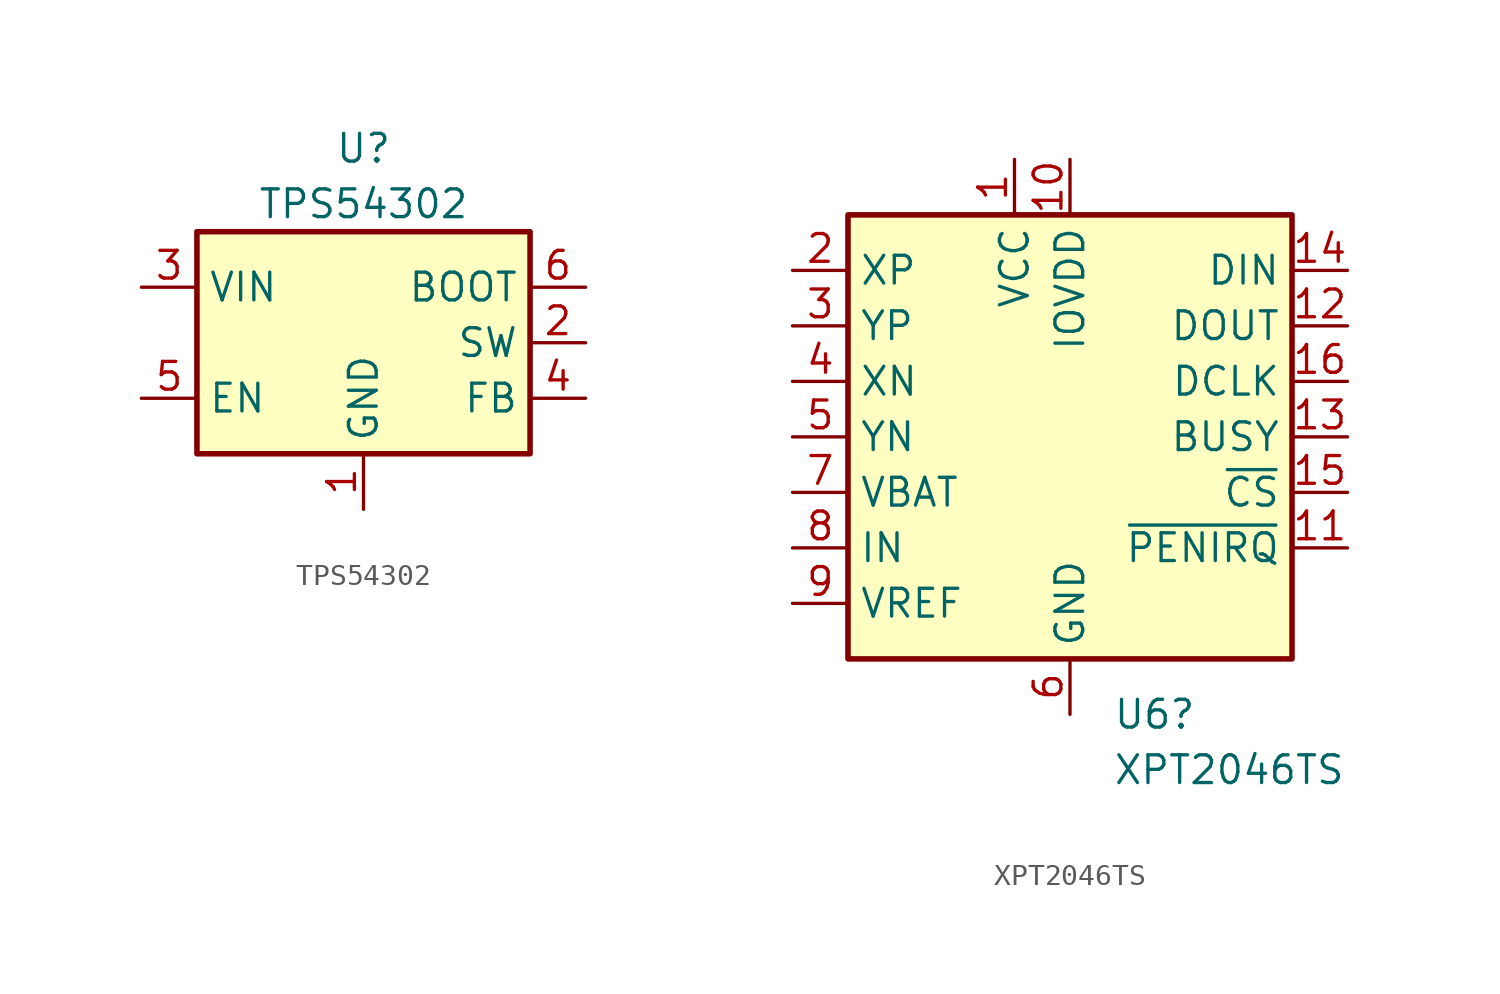
<source format=kicad_sym>
(kicad_symbol_lib
  (version 20220914)
  (generator kicad_symbol_editor)
  (symbol "TPS54302"
    (property "Reference" "U"
      (at 0 8.89 0)
      (effects (font (size 1.27 1.27))))
    (property "Value" "TPS54302"
      (at 0 6.35 0)
      (effects (font (size 1.27 1.27))))
    (symbol "TPS54302_0_1"
      (rectangle (start -7.62 5.08) (end 7.62 -5.08) (stroke (width 0.254) (type default)) (fill (type background))))
    (symbol "TPS54302_1_1"
      (pin power_in line (at 0 -7.62 90) (length 2.54) (name "GND" (effects (font (size 1.27 1.27)))) (number "1" (effects (font (size 1.27 1.27)))))
      (pin power_out line (at 10.16 0 180) (length 2.54) (name "SW" (effects (font (size 1.27 1.27)))) (number "2" (effects (font (size 1.27 1.27)))))
      (pin power_in line (at -10.16 2.54 0) (length 2.54) (name "VIN" (effects (font (size 1.27 1.27)))) (number "3" (effects (font (size 1.27 1.27)))))
      (pin input line (at 10.16 -2.54 180) (length 2.54) (name "FB" (effects (font (size 1.27 1.27)))) (number "4" (effects (font (size 1.27 1.27)))))
      (pin input line (at -10.16 -2.54 0) (length 2.54) (name "EN" (effects (font (size 1.27 1.27)))) (number "5" (effects (font (size 1.27 1.27)))))
      (pin passive line (at 10.16 2.54 180) (length 2.54) (name "BOOT" (effects (font (size 1.27 1.27)))) (number "6" (effects (font (size 1.27 1.27)))))))
  (symbol "XPT2046TS"
    (property "Reference" "U6"
      (at 1.956 -12.7 0)
      (effects (font (size 1.27 1.27)) (justify left)))
    (property "Value" "XPT2046TS"
      (at 1.956 -15.24 0)
      (effects (font (size 1.27 1.27)) (justify left)))
    (property "MLC code" ""
      (at 0 0 0)
      (effects (font (size 1.27 1.27))))
    (property "MPN" ""
      (at 0 0 0)
      (effects (font (size 1.27 1.27))))
    (property "Manufacturer" ""
      (at 0 0 0)
      (effects (font (size 1.27 1.27))))
    (symbol "XPT2046TS_0_1"
      (rectangle (start -10.16 10.16) (end 10.16 -10.16) (stroke (width 0.254) (type default)) (fill (type background))))
    (symbol "XPT2046TS_1_1"
      (pin power_in line (at -2.54 12.7 270) (length 2.54) (name "VCC" (effects (font (size 1.27 1.27)))) (number "1" (effects (font (size 1.27 1.27)))))
      (pin power_in line (at 0 12.7 270) (length 2.54) (name "IOVDD" (effects (font (size 1.27 1.27)))) (number "10" (effects (font (size 1.27 1.27)))))
      (pin open_collector line (at 12.7 -5.08 180) (length 2.54) (name "~{PENIRQ}" (effects (font (size 1.27 1.27)))) (number "11" (effects (font (size 1.27 1.27)))))
      (pin output line (at 12.7 5.08 180) (length 2.54) (name "DOUT" (effects (font (size 1.27 1.27)))) (number "12" (effects (font (size 1.27 1.27)))))
      (pin output line (at 12.7 0 180) (length 2.54) (name "BUSY" (effects (font (size 1.27 1.27)))) (number "13" (effects (font (size 1.27 1.27)))))
      (pin input line (at 12.7 7.62 180) (length 2.54) (name "DIN" (effects (font (size 1.27 1.27)))) (number "14" (effects (font (size 1.27 1.27)))))
      (pin input line (at 12.7 -2.54 180) (length 2.54) (name "~{CS}" (effects (font (size 1.27 1.27)))) (number "15" (effects (font (size 1.27 1.27)))))
      (pin input line (at 12.7 2.54 180) (length 2.54) (name "DCLK" (effects (font (size 1.27 1.27)))) (number "16" (effects (font (size 1.27 1.27)))))
      (pin input line (at -12.7 7.62 0) (length 2.54) (name "XP" (effects (font (size 1.27 1.27)))) (number "2" (effects (font (size 1.27 1.27)))))
      (pin input line (at -12.7 5.08 0) (length 2.54) (name "YP" (effects (font (size 1.27 1.27)))) (number "3" (effects (font (size 1.27 1.27)))))
      (pin input line (at -12.7 2.54 0) (length 2.54) (name "XN" (effects (font (size 1.27 1.27)))) (number "4" (effects (font (size 1.27 1.27)))))
      (pin input line (at -12.7 0 0) (length 2.54) (name "YN" (effects (font (size 1.27 1.27)))) (number "5" (effects (font (size 1.27 1.27)))))
      (pin power_in line (at 0 -12.7 90) (length 2.54) (name "GND" (effects (font (size 1.27 1.27)))) (number "6" (effects (font (size 1.27 1.27)))))
      (pin power_in line (at -12.7 -2.54 0) (length 2.54) (name "VBAT" (effects (font (size 1.27 1.27)))) (number "7" (effects (font (size 1.27 1.27)))))
      (pin input line (at -12.7 -5.08 0) (length 2.54) (name "IN" (effects (font (size 1.27 1.27)))) (number "8" (effects (font (size 1.27 1.27)))))
      (pin bidirectional line (at -12.7 -7.62 0) (length 2.54) (name "VREF" (effects (font (size 1.27 1.27)))) (number "9" (effects (font (size 1.27 1.27))))))))
</source>
